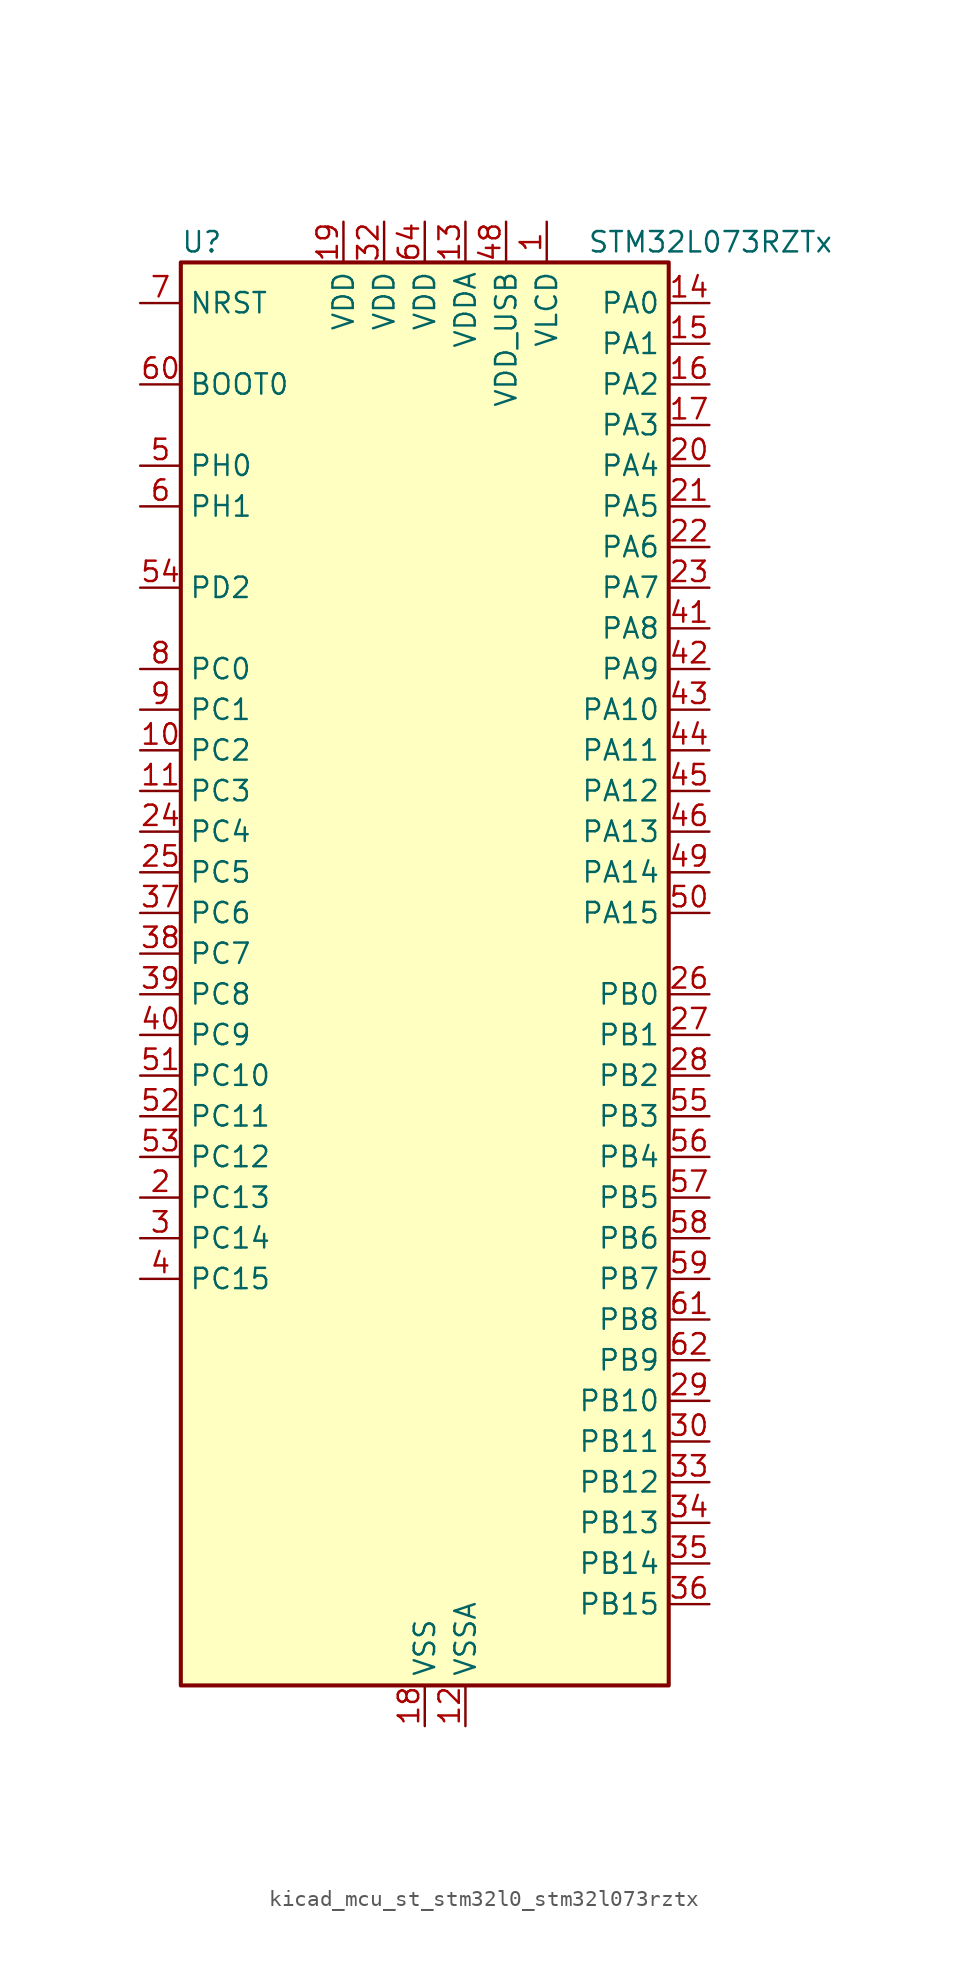
<source format=kicad_sym>
(kicad_symbol_lib
  (version 20220914)
  (generator kicad_symbol_editor)
  (symbol "kicad_mcu_st_stm32l0_stm32l073rztx"
    (property "Reference" "U"
      (at -15.24 46.99 0)
      (effects (font (size 1.27 1.27)) (justify left)))
    (property "Value" "STM32L073RZTx"
      (at 10.16 46.99 0)
      (effects (font (size 1.27 1.27)) (justify left)))
    (property "ki_locked" ""
      (at 0 0 0)
      (effects (font (size 1.27 1.27))))
    (symbol "kicad_mcu_st_stm32l0_stm32l073rztx_0_1"
      (rectangle (start -15.24 -43.18) (end 15.24 45.72) (stroke (width 0.254) (type default)) (fill (type background))))
    (symbol "kicad_mcu_st_stm32l0_stm32l073rztx_1_1"
      (pin power_in line (at 7.62 48.26 270) (length 2.54) (name "VLCD" (effects (font (size 1.27 1.27)))) (number "1" (effects (font (size 1.27 1.27)))))
      (pin bidirectional line (at -17.78 15.24 0) (length 2.54) (name "PC2" (effects (font (size 1.27 1.27)))) (number "10" (effects (font (size 1.27 1.27)))) (alternate "ADC_IN12" bidirectional line) (alternate "I2S2_MCK" bidirectional line) (alternate "LCD_SEG20" bidirectional line) (alternate "LPTIM1_IN2" bidirectional line) (alternate "SPI2_MISO" bidirectional line) (alternate "TSC_G7_IO3" bidirectional line))
      (pin bidirectional line (at -17.78 12.7 0) (length 2.54) (name "PC3" (effects (font (size 1.27 1.27)))) (number "11" (effects (font (size 1.27 1.27)))) (alternate "ADC_IN13" bidirectional line) (alternate "I2S2_SD" bidirectional line) (alternate "LCD_SEG21" bidirectional line) (alternate "LPTIM1_ETR" bidirectional line) (alternate "SPI2_MOSI" bidirectional line) (alternate "TSC_G7_IO4" bidirectional line))
      (pin power_in line (at 2.54 -45.72 90) (length 2.54) (name "VSSA" (effects (font (size 1.27 1.27)))) (number "12" (effects (font (size 1.27 1.27)))))
      (pin power_in line (at 2.54 48.26 270) (length 2.54) (name "VDDA" (effects (font (size 1.27 1.27)))) (number "13" (effects (font (size 1.27 1.27)))))
      (pin bidirectional line (at 17.78 43.18 180) (length 2.54) (name "PA0" (effects (font (size 1.27 1.27)))) (number "14" (effects (font (size 1.27 1.27)))) (alternate "ADC_IN0" bidirectional line) (alternate "COMP1_INM" bidirectional line) (alternate "COMP1_OUT" bidirectional line) (alternate "RTC_TAMP2" bidirectional line) (alternate "SYS_WKUP1" bidirectional line) (alternate "TIM2_CH1" bidirectional line) (alternate "TIM2_ETR" bidirectional line) (alternate "TSC_G1_IO1" bidirectional line) (alternate "USART2_CTS" bidirectional line) (alternate "USART4_TX" bidirectional line))
      (pin bidirectional line (at 17.78 40.64 180) (length 2.54) (name "PA1" (effects (font (size 1.27 1.27)))) (number "15" (effects (font (size 1.27 1.27)))) (alternate "ADC_IN1" bidirectional line) (alternate "COMP1_INP" bidirectional line) (alternate "LCD_SEG0" bidirectional line) (alternate "TIM21_ETR" bidirectional line) (alternate "TIM2_CH2" bidirectional line) (alternate "TSC_G1_IO2" bidirectional line) (alternate "USART2_DE" bidirectional line) (alternate "USART2_RTS" bidirectional line) (alternate "USART4_RX" bidirectional line))
      (pin bidirectional line (at 17.78 38.1 180) (length 2.54) (name "PA2" (effects (font (size 1.27 1.27)))) (number "16" (effects (font (size 1.27 1.27)))) (alternate "ADC_IN2" bidirectional line) (alternate "COMP2_INM" bidirectional line) (alternate "COMP2_OUT" bidirectional line) (alternate "LCD_SEG1" bidirectional line) (alternate "LPUART1_TX" bidirectional line) (alternate "TIM21_CH1" bidirectional line) (alternate "TIM2_CH3" bidirectional line) (alternate "TSC_G1_IO3" bidirectional line) (alternate "USART2_TX" bidirectional line))
      (pin bidirectional line (at 17.78 35.56 180) (length 2.54) (name "PA3" (effects (font (size 1.27 1.27)))) (number "17" (effects (font (size 1.27 1.27)))) (alternate "ADC_IN3" bidirectional line) (alternate "COMP2_INP" bidirectional line) (alternate "LCD_SEG2" bidirectional line) (alternate "LPUART1_RX" bidirectional line) (alternate "TIM21_CH2" bidirectional line) (alternate "TIM2_CH4" bidirectional line) (alternate "TSC_G1_IO4" bidirectional line) (alternate "USART2_RX" bidirectional line))
      (pin power_in line (at 0 -45.72 90) (length 2.54) (name "VSS" (effects (font (size 1.27 1.27)))) (number "18" (effects (font (size 1.27 1.27)))))
      (pin power_in line (at -5.08 48.26 270) (length 2.54) (name "VDD" (effects (font (size 1.27 1.27)))) (number "19" (effects (font (size 1.27 1.27)))))
      (pin bidirectional line (at -17.78 -12.7 0) (length 2.54) (name "PC13" (effects (font (size 1.27 1.27)))) (number "2" (effects (font (size 1.27 1.27)))) (alternate "RTC_OUT_ALARM" bidirectional line) (alternate "RTC_OUT_CALIB" bidirectional line) (alternate "RTC_TAMP1" bidirectional line) (alternate "RTC_TS" bidirectional line) (alternate "SYS_WKUP2" bidirectional line))
      (pin bidirectional line (at 17.78 33.02 180) (length 2.54) (name "PA4" (effects (font (size 1.27 1.27)))) (number "20" (effects (font (size 1.27 1.27)))) (alternate "ADC_IN4" bidirectional line) (alternate "COMP1_INM" bidirectional line) (alternate "COMP2_INM" bidirectional line) (alternate "DAC_OUT1" bidirectional line) (alternate "SPI1_NSS" bidirectional line) (alternate "TIM22_ETR" bidirectional line) (alternate "TSC_G2_IO1" bidirectional line) (alternate "USART2_CK" bidirectional line))
      (pin bidirectional line (at 17.78 30.48 180) (length 2.54) (name "PA5" (effects (font (size 1.27 1.27)))) (number "21" (effects (font (size 1.27 1.27)))) (alternate "ADC_IN5" bidirectional line) (alternate "COMP1_INM" bidirectional line) (alternate "COMP2_INM" bidirectional line) (alternate "DAC_OUT2" bidirectional line) (alternate "SPI1_SCK" bidirectional line) (alternate "TIM2_CH1" bidirectional line) (alternate "TIM2_ETR" bidirectional line) (alternate "TSC_G2_IO2" bidirectional line))
      (pin bidirectional line (at 17.78 27.94 180) (length 2.54) (name "PA6" (effects (font (size 1.27 1.27)))) (number "22" (effects (font (size 1.27 1.27)))) (alternate "ADC_IN6" bidirectional line) (alternate "COMP1_OUT" bidirectional line) (alternate "LCD_SEG3" bidirectional line) (alternate "LPUART1_CTS" bidirectional line) (alternate "SPI1_MISO" bidirectional line) (alternate "TIM22_CH1" bidirectional line) (alternate "TIM3_CH1" bidirectional line) (alternate "TSC_G2_IO3" bidirectional line))
      (pin bidirectional line (at 17.78 25.4 180) (length 2.54) (name "PA7" (effects (font (size 1.27 1.27)))) (number "23" (effects (font (size 1.27 1.27)))) (alternate "ADC_IN7" bidirectional line) (alternate "COMP2_OUT" bidirectional line) (alternate "LCD_SEG4" bidirectional line) (alternate "SPI1_MOSI" bidirectional line) (alternate "TIM22_CH2" bidirectional line) (alternate "TIM3_CH2" bidirectional line) (alternate "TSC_G2_IO4" bidirectional line))
      (pin bidirectional line (at -17.78 10.16 0) (length 2.54) (name "PC4" (effects (font (size 1.27 1.27)))) (number "24" (effects (font (size 1.27 1.27)))) (alternate "ADC_IN14" bidirectional line) (alternate "LCD_SEG22" bidirectional line) (alternate "LPUART1_TX" bidirectional line))
      (pin bidirectional line (at -17.78 7.62 0) (length 2.54) (name "PC5" (effects (font (size 1.27 1.27)))) (number "25" (effects (font (size 1.27 1.27)))) (alternate "ADC_IN15" bidirectional line) (alternate "LCD_SEG23" bidirectional line) (alternate "LPUART1_RX" bidirectional line) (alternate "TSC_G3_IO1" bidirectional line))
      (pin bidirectional line (at 17.78 0 180) (length 2.54) (name "PB0" (effects (font (size 1.27 1.27)))) (number "26" (effects (font (size 1.27 1.27)))) (alternate "ADC_IN8" bidirectional line) (alternate "LCD_SEG5" bidirectional line) (alternate "LCD_VLCD3" bidirectional line) (alternate "SYS_VREF_OUT_PB0" bidirectional line) (alternate "TIM3_CH3" bidirectional line) (alternate "TSC_G3_IO2" bidirectional line))
      (pin bidirectional line (at 17.78 -2.54 180) (length 2.54) (name "PB1" (effects (font (size 1.27 1.27)))) (number "27" (effects (font (size 1.27 1.27)))) (alternate "ADC_IN9" bidirectional line) (alternate "LCD_SEG6" bidirectional line) (alternate "LPUART1_DE" bidirectional line) (alternate "LPUART1_RTS" bidirectional line) (alternate "SYS_VREF_OUT_PB1" bidirectional line) (alternate "TIM3_CH4" bidirectional line) (alternate "TSC_G3_IO3" bidirectional line))
      (pin bidirectional line (at 17.78 -5.08 180) (length 2.54) (name "PB2" (effects (font (size 1.27 1.27)))) (number "28" (effects (font (size 1.27 1.27)))) (alternate "I2C3_SMBA" bidirectional line) (alternate "LCD_VLCD2" bidirectional line) (alternate "LPTIM1_OUT" bidirectional line) (alternate "TSC_G3_IO4" bidirectional line))
      (pin bidirectional line (at 17.78 -25.4 180) (length 2.54) (name "PB10" (effects (font (size 1.27 1.27)))) (number "29" (effects (font (size 1.27 1.27)))) (alternate "I2C2_SCL" bidirectional line) (alternate "LCD_SEG10" bidirectional line) (alternate "LPUART1_RX" bidirectional line) (alternate "LPUART1_TX" bidirectional line) (alternate "SPI2_SCK" bidirectional line) (alternate "TIM2_CH3" bidirectional line) (alternate "TSC_SYNC" bidirectional line))
      (pin bidirectional line (at -17.78 -15.24 0) (length 2.54) (name "PC14" (effects (font (size 1.27 1.27)))) (number "3" (effects (font (size 1.27 1.27)))) (alternate "RCC_OSC32_IN" bidirectional line))
      (pin bidirectional line (at 17.78 -27.94 180) (length 2.54) (name "PB11" (effects (font (size 1.27 1.27)))) (number "30" (effects (font (size 1.27 1.27)))) (alternate "ADC_EXTI11" bidirectional line) (alternate "I2C2_SDA" bidirectional line) (alternate "LCD_SEG11" bidirectional line) (alternate "LPUART1_RX" bidirectional line) (alternate "LPUART1_TX" bidirectional line) (alternate "TIM2_CH4" bidirectional line) (alternate "TSC_G6_IO1" bidirectional line))
      (pin passive line (at 0 -45.72 90) (length 2.54) hide (name "VSS" (effects (font (size 1.27 1.27)))) (number "31" (effects (font (size 1.27 1.27)))))
      (pin power_in line (at -2.54 48.26 270) (length 2.54) (name "VDD" (effects (font (size 1.27 1.27)))) (number "32" (effects (font (size 1.27 1.27)))))
      (pin bidirectional line (at 17.78 -30.48 180) (length 2.54) (name "PB12" (effects (font (size 1.27 1.27)))) (number "33" (effects (font (size 1.27 1.27)))) (alternate "I2S2_WS" bidirectional line) (alternate "LCD_SEG12" bidirectional line) (alternate "LCD_VLCD2" bidirectional line) (alternate "LPUART1_DE" bidirectional line) (alternate "LPUART1_RTS" bidirectional line) (alternate "SPI2_NSS" bidirectional line) (alternate "TSC_G6_IO2" bidirectional line))
      (pin bidirectional line (at 17.78 -33.02 180) (length 2.54) (name "PB13" (effects (font (size 1.27 1.27)))) (number "34" (effects (font (size 1.27 1.27)))) (alternate "I2C2_SCL" bidirectional line) (alternate "I2S2_CK" bidirectional line) (alternate "LCD_SEG13" bidirectional line) (alternate "LPUART1_CTS" bidirectional line) (alternate "RCC_MCO" bidirectional line) (alternate "SPI2_SCK" bidirectional line) (alternate "TIM21_CH1" bidirectional line) (alternate "TSC_G6_IO3" bidirectional line))
      (pin bidirectional line (at 17.78 -35.56 180) (length 2.54) (name "PB14" (effects (font (size 1.27 1.27)))) (number "35" (effects (font (size 1.27 1.27)))) (alternate "I2C2_SDA" bidirectional line) (alternate "I2S2_MCK" bidirectional line) (alternate "LCD_SEG14" bidirectional line) (alternate "LPUART1_DE" bidirectional line) (alternate "LPUART1_RTS" bidirectional line) (alternate "RTC_OUT_ALARM" bidirectional line) (alternate "RTC_OUT_CALIB" bidirectional line) (alternate "SPI2_MISO" bidirectional line) (alternate "TIM21_CH2" bidirectional line) (alternate "TSC_G6_IO4" bidirectional line))
      (pin bidirectional line (at 17.78 -38.1 180) (length 2.54) (name "PB15" (effects (font (size 1.27 1.27)))) (number "36" (effects (font (size 1.27 1.27)))) (alternate "I2S2_SD" bidirectional line) (alternate "LCD_SEG15" bidirectional line) (alternate "RTC_REFIN" bidirectional line) (alternate "SPI2_MOSI" bidirectional line))
      (pin bidirectional line (at -17.78 5.08 0) (length 2.54) (name "PC6" (effects (font (size 1.27 1.27)))) (number "37" (effects (font (size 1.27 1.27)))) (alternate "LCD_SEG24" bidirectional line) (alternate "TIM22_CH1" bidirectional line) (alternate "TIM3_CH1" bidirectional line) (alternate "TSC_G8_IO1" bidirectional line))
      (pin bidirectional line (at -17.78 2.54 0) (length 2.54) (name "PC7" (effects (font (size 1.27 1.27)))) (number "38" (effects (font (size 1.27 1.27)))) (alternate "LCD_SEG25" bidirectional line) (alternate "TIM22_CH2" bidirectional line) (alternate "TIM3_CH2" bidirectional line) (alternate "TSC_G8_IO2" bidirectional line))
      (pin bidirectional line (at -17.78 0 0) (length 2.54) (name "PC8" (effects (font (size 1.27 1.27)))) (number "39" (effects (font (size 1.27 1.27)))) (alternate "LCD_SEG26" bidirectional line) (alternate "TIM22_ETR" bidirectional line) (alternate "TIM3_CH3" bidirectional line) (alternate "TSC_G8_IO3" bidirectional line))
      (pin bidirectional line (at -17.78 -17.78 0) (length 2.54) (name "PC15" (effects (font (size 1.27 1.27)))) (number "4" (effects (font (size 1.27 1.27)))) (alternate "RCC_OSC32_OUT" bidirectional line))
      (pin bidirectional line (at -17.78 -2.54 0) (length 2.54) (name "PC9" (effects (font (size 1.27 1.27)))) (number "40" (effects (font (size 1.27 1.27)))) (alternate "DAC_EXTI9" bidirectional line) (alternate "I2C3_SDA" bidirectional line) (alternate "LCD_SEG27" bidirectional line) (alternate "TIM21_ETR" bidirectional line) (alternate "TIM3_CH4" bidirectional line) (alternate "TSC_G8_IO4" bidirectional line) (alternate "USB_NOE" bidirectional line))
      (pin bidirectional line (at 17.78 22.86 180) (length 2.54) (name "PA8" (effects (font (size 1.27 1.27)))) (number "41" (effects (font (size 1.27 1.27)))) (alternate "CRS_SYNC" bidirectional line) (alternate "I2C3_SCL" bidirectional line) (alternate "LCD_COM0" bidirectional line) (alternate "RCC_MCO" bidirectional line) (alternate "USART1_CK" bidirectional line))
      (pin bidirectional line (at 17.78 20.32 180) (length 2.54) (name "PA9" (effects (font (size 1.27 1.27)))) (number "42" (effects (font (size 1.27 1.27)))) (alternate "DAC_EXTI9" bidirectional line) (alternate "I2C1_SCL" bidirectional line) (alternate "I2C3_SMBA" bidirectional line) (alternate "LCD_COM1" bidirectional line) (alternate "RCC_MCO" bidirectional line) (alternate "TSC_G4_IO1" bidirectional line) (alternate "USART1_TX" bidirectional line))
      (pin bidirectional line (at 17.78 17.78 180) (length 2.54) (name "PA10" (effects (font (size 1.27 1.27)))) (number "43" (effects (font (size 1.27 1.27)))) (alternate "I2C1_SDA" bidirectional line) (alternate "LCD_COM2" bidirectional line) (alternate "TSC_G4_IO2" bidirectional line) (alternate "USART1_RX" bidirectional line))
      (pin bidirectional line (at 17.78 15.24 180) (length 2.54) (name "PA11" (effects (font (size 1.27 1.27)))) (number "44" (effects (font (size 1.27 1.27)))) (alternate "ADC_EXTI11" bidirectional line) (alternate "COMP1_OUT" bidirectional line) (alternate "SPI1_MISO" bidirectional line) (alternate "TSC_G4_IO3" bidirectional line) (alternate "USART1_CTS" bidirectional line) (alternate "USB_DM" bidirectional line))
      (pin bidirectional line (at 17.78 12.7 180) (length 2.54) (name "PA12" (effects (font (size 1.27 1.27)))) (number "45" (effects (font (size 1.27 1.27)))) (alternate "COMP2_OUT" bidirectional line) (alternate "SPI1_MOSI" bidirectional line) (alternate "TSC_G4_IO4" bidirectional line) (alternate "USART1_DE" bidirectional line) (alternate "USART1_RTS" bidirectional line) (alternate "USB_DP" bidirectional line))
      (pin bidirectional line (at 17.78 10.16 180) (length 2.54) (name "PA13" (effects (font (size 1.27 1.27)))) (number "46" (effects (font (size 1.27 1.27)))) (alternate "LPUART1_RX" bidirectional line) (alternate "SYS_SWDIO" bidirectional line) (alternate "USB_NOE" bidirectional line))
      (pin passive line (at 0 -45.72 90) (length 2.54) hide (name "VSS" (effects (font (size 1.27 1.27)))) (number "47" (effects (font (size 1.27 1.27)))))
      (pin power_in line (at 5.08 48.26 270) (length 2.54) (name "VDD_USB" (effects (font (size 1.27 1.27)))) (number "48" (effects (font (size 1.27 1.27)))))
      (pin bidirectional line (at 17.78 7.62 180) (length 2.54) (name "PA14" (effects (font (size 1.27 1.27)))) (number "49" (effects (font (size 1.27 1.27)))) (alternate "LPUART1_TX" bidirectional line) (alternate "SYS_SWCLK" bidirectional line) (alternate "USART2_TX" bidirectional line))
      (pin bidirectional line (at -17.78 33.02 0) (length 2.54) (name "PH0" (effects (font (size 1.27 1.27)))) (number "5" (effects (font (size 1.27 1.27)))) (alternate "CRS_SYNC" bidirectional line) (alternate "RCC_OSC_IN" bidirectional line))
      (pin bidirectional line (at 17.78 5.08 180) (length 2.54) (name "PA15" (effects (font (size 1.27 1.27)))) (number "50" (effects (font (size 1.27 1.27)))) (alternate "LCD_SEG17" bidirectional line) (alternate "SPI1_NSS" bidirectional line) (alternate "TIM2_CH1" bidirectional line) (alternate "TIM2_ETR" bidirectional line) (alternate "USART2_RX" bidirectional line) (alternate "USART4_DE" bidirectional line) (alternate "USART4_RTS" bidirectional line))
      (pin bidirectional line (at -17.78 -5.08 0) (length 2.54) (name "PC10" (effects (font (size 1.27 1.27)))) (number "51" (effects (font (size 1.27 1.27)))) (alternate "LCD_COM4" bidirectional line) (alternate "LCD_SEG28" bidirectional line) (alternate "LPUART1_TX" bidirectional line) (alternate "USART4_TX" bidirectional line))
      (pin bidirectional line (at -17.78 -7.62 0) (length 2.54) (name "PC11" (effects (font (size 1.27 1.27)))) (number "52" (effects (font (size 1.27 1.27)))) (alternate "ADC_EXTI11" bidirectional line) (alternate "LCD_COM5" bidirectional line) (alternate "LCD_SEG29" bidirectional line) (alternate "LPUART1_RX" bidirectional line) (alternate "USART4_RX" bidirectional line))
      (pin bidirectional line (at -17.78 -10.16 0) (length 2.54) (name "PC12" (effects (font (size 1.27 1.27)))) (number "53" (effects (font (size 1.27 1.27)))) (alternate "LCD_COM6" bidirectional line) (alternate "LCD_SEG30" bidirectional line) (alternate "USART4_CK" bidirectional line) (alternate "USART5_TX" bidirectional line))
      (pin bidirectional line (at -17.78 25.4 0) (length 2.54) (name "PD2" (effects (font (size 1.27 1.27)))) (number "54" (effects (font (size 1.27 1.27)))) (alternate "LCD_COM7" bidirectional line) (alternate "LCD_SEG31" bidirectional line) (alternate "LPUART1_DE" bidirectional line) (alternate "LPUART1_RTS" bidirectional line) (alternate "TIM3_ETR" bidirectional line) (alternate "USART5_RX" bidirectional line))
      (pin bidirectional line (at 17.78 -7.62 180) (length 2.54) (name "PB3" (effects (font (size 1.27 1.27)))) (number "55" (effects (font (size 1.27 1.27)))) (alternate "COMP2_INM" bidirectional line) (alternate "LCD_SEG7" bidirectional line) (alternate "SPI1_SCK" bidirectional line) (alternate "TIM2_CH2" bidirectional line) (alternate "TSC_G5_IO1" bidirectional line) (alternate "USART1_DE" bidirectional line) (alternate "USART1_RTS" bidirectional line) (alternate "USART5_TX" bidirectional line))
      (pin bidirectional line (at 17.78 -10.16 180) (length 2.54) (name "PB4" (effects (font (size 1.27 1.27)))) (number "56" (effects (font (size 1.27 1.27)))) (alternate "COMP2_INP" bidirectional line) (alternate "I2C3_SDA" bidirectional line) (alternate "LCD_SEG8" bidirectional line) (alternate "SPI1_MISO" bidirectional line) (alternate "TIM22_CH1" bidirectional line) (alternate "TIM3_CH1" bidirectional line) (alternate "TSC_G5_IO2" bidirectional line) (alternate "USART1_CTS" bidirectional line) (alternate "USART5_RX" bidirectional line))
      (pin bidirectional line (at 17.78 -12.7 180) (length 2.54) (name "PB5" (effects (font (size 1.27 1.27)))) (number "57" (effects (font (size 1.27 1.27)))) (alternate "COMP2_INP" bidirectional line) (alternate "I2C1_SMBA" bidirectional line) (alternate "LCD_SEG9" bidirectional line) (alternate "LPTIM1_IN1" bidirectional line) (alternate "SPI1_MOSI" bidirectional line) (alternate "TIM22_CH2" bidirectional line) (alternate "TIM3_CH2" bidirectional line) (alternate "USART1_CK" bidirectional line) (alternate "USART5_CK" bidirectional line) (alternate "USART5_DE" bidirectional line) (alternate "USART5_RTS" bidirectional line))
      (pin bidirectional line (at 17.78 -15.24 180) (length 2.54) (name "PB6" (effects (font (size 1.27 1.27)))) (number "58" (effects (font (size 1.27 1.27)))) (alternate "COMP2_INP" bidirectional line) (alternate "I2C1_SCL" bidirectional line) (alternate "LPTIM1_ETR" bidirectional line) (alternate "TSC_G5_IO3" bidirectional line) (alternate "USART1_TX" bidirectional line))
      (pin bidirectional line (at 17.78 -17.78 180) (length 2.54) (name "PB7" (effects (font (size 1.27 1.27)))) (number "59" (effects (font (size 1.27 1.27)))) (alternate "COMP2_INP" bidirectional line) (alternate "I2C1_SDA" bidirectional line) (alternate "LPTIM1_IN2" bidirectional line) (alternate "SYS_PVD_IN" bidirectional line) (alternate "TSC_G5_IO4" bidirectional line) (alternate "USART1_RX" bidirectional line) (alternate "USART4_CTS" bidirectional line))
      (pin bidirectional line (at -17.78 30.48 0) (length 2.54) (name "PH1" (effects (font (size 1.27 1.27)))) (number "6" (effects (font (size 1.27 1.27)))) (alternate "RCC_OSC_OUT" bidirectional line))
      (pin input line (at -17.78 38.1 0) (length 2.54) (name "BOOT0" (effects (font (size 1.27 1.27)))) (number "60" (effects (font (size 1.27 1.27)))))
      (pin bidirectional line (at 17.78 -20.32 180) (length 2.54) (name "PB8" (effects (font (size 1.27 1.27)))) (number "61" (effects (font (size 1.27 1.27)))) (alternate "I2C1_SCL" bidirectional line) (alternate "LCD_SEG16" bidirectional line) (alternate "TSC_SYNC" bidirectional line))
      (pin bidirectional line (at 17.78 -22.86 180) (length 2.54) (name "PB9" (effects (font (size 1.27 1.27)))) (number "62" (effects (font (size 1.27 1.27)))) (alternate "DAC_EXTI9" bidirectional line) (alternate "I2C1_SDA" bidirectional line) (alternate "I2S2_WS" bidirectional line) (alternate "LCD_COM3" bidirectional line) (alternate "SPI2_NSS" bidirectional line))
      (pin passive line (at 0 -45.72 90) (length 2.54) hide (name "VSS" (effects (font (size 1.27 1.27)))) (number "63" (effects (font (size 1.27 1.27)))))
      (pin power_in line (at 0 48.26 270) (length 2.54) (name "VDD" (effects (font (size 1.27 1.27)))) (number "64" (effects (font (size 1.27 1.27)))))
      (pin input line (at -17.78 43.18 0) (length 2.54) (name "NRST" (effects (font (size 1.27 1.27)))) (number "7" (effects (font (size 1.27 1.27)))))
      (pin bidirectional line (at -17.78 20.32 0) (length 2.54) (name "PC0" (effects (font (size 1.27 1.27)))) (number "8" (effects (font (size 1.27 1.27)))) (alternate "ADC_IN10" bidirectional line) (alternate "I2C3_SCL" bidirectional line) (alternate "LCD_SEG18" bidirectional line) (alternate "LPTIM1_IN1" bidirectional line) (alternate "LPUART1_RX" bidirectional line) (alternate "TSC_G7_IO1" bidirectional line))
      (pin bidirectional line (at -17.78 17.78 0) (length 2.54) (name "PC1" (effects (font (size 1.27 1.27)))) (number "9" (effects (font (size 1.27 1.27)))) (alternate "ADC_IN11" bidirectional line) (alternate "I2C3_SDA" bidirectional line) (alternate "LCD_SEG19" bidirectional line) (alternate "LPTIM1_OUT" bidirectional line) (alternate "LPUART1_TX" bidirectional line) (alternate "TSC_G7_IO2" bidirectional line)))))
</source>
